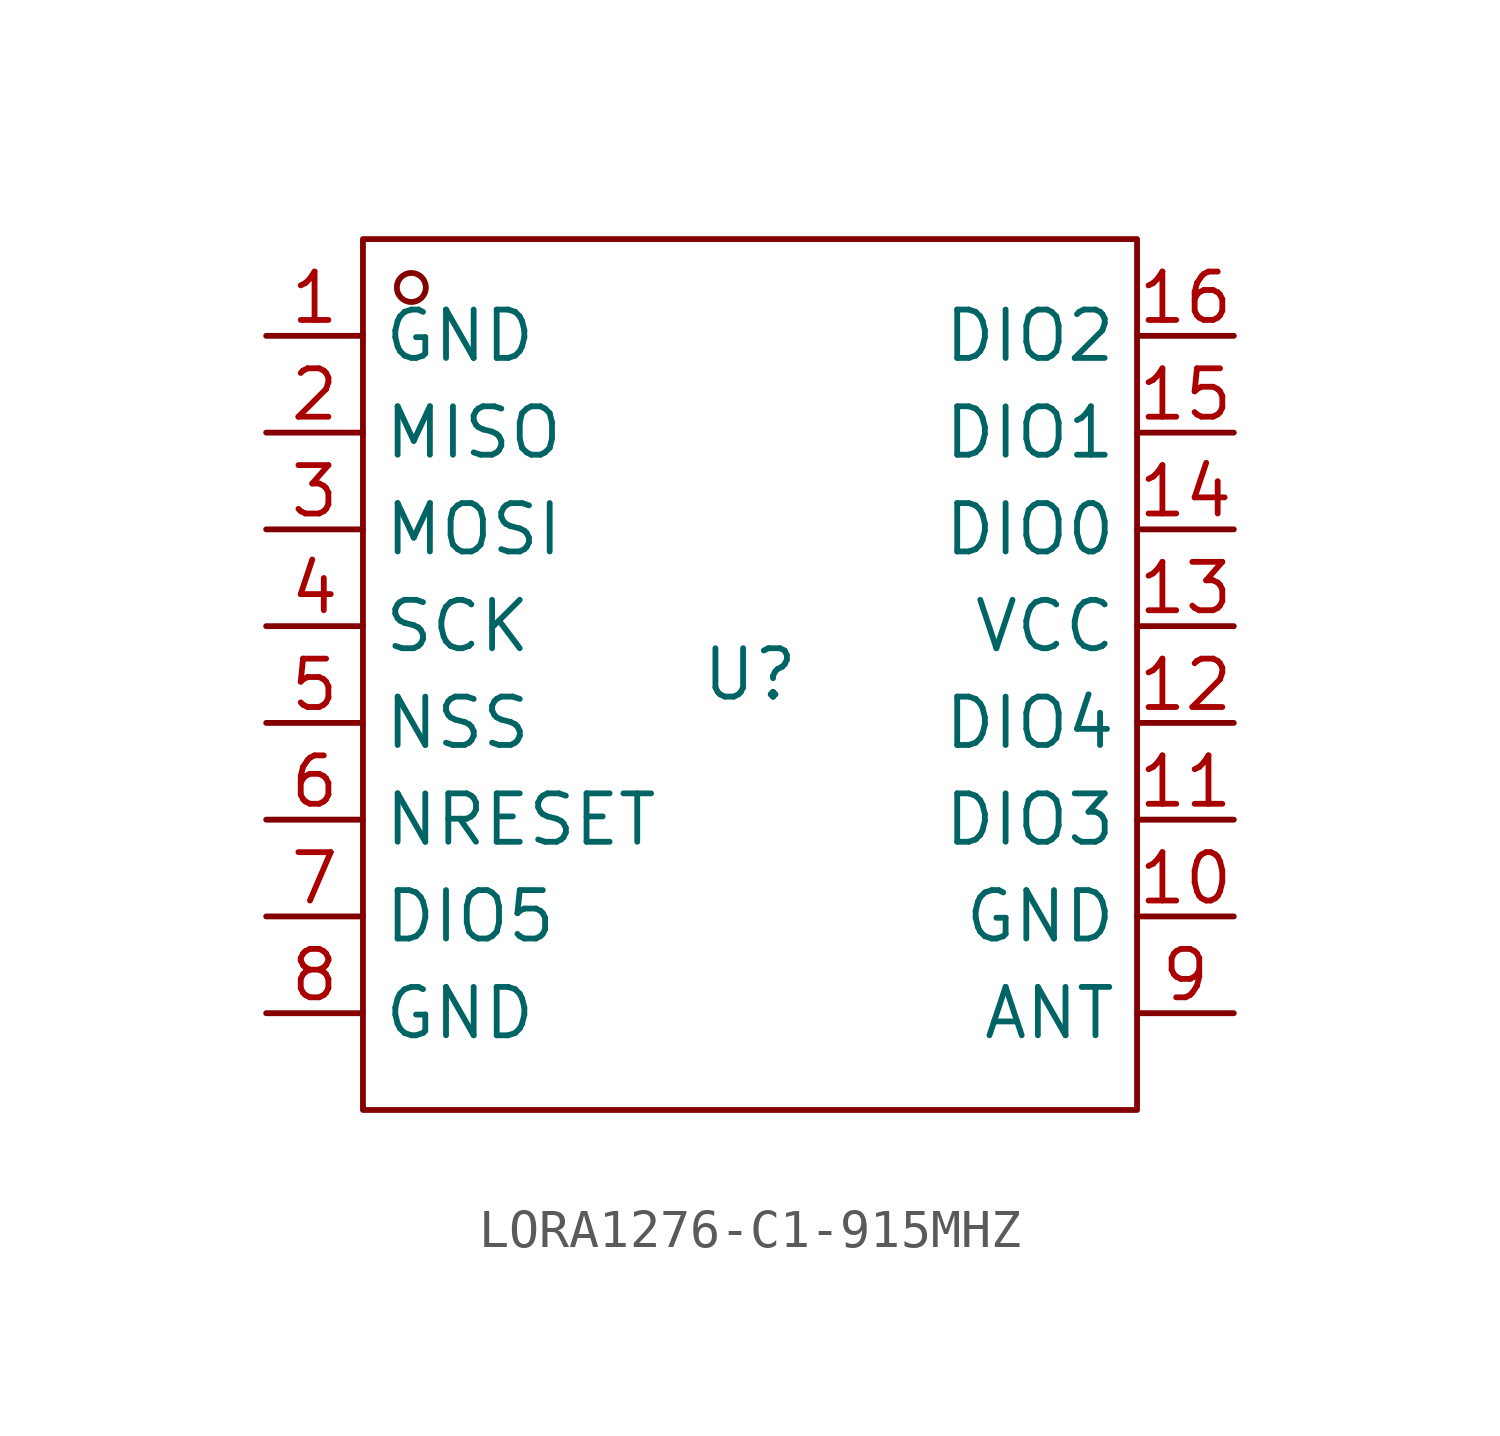
<source format=kicad_sym>
(kicad_symbol_lib
  (version 20241209)
  (generator "kicad_symbol_editor")
  (generator_version "9.0")
  (symbol "LORA1276-C1-915MHZ"
    (property "Reference" "U"
      (at 0 0 0)
      (effects (font (size 1.27 1.27))))
    (symbol "LORA1276-C1-915MHZ_1_0"
      (rectangle (start -10.16 -11.43) (end 10.16 11.43) (stroke (width 0) (type default)) (fill (type none)))
      (circle (center -8.89 10.16) (radius 0.381) (stroke (width 0) (type default)) (fill (type none)))
      (pin unspecified line (at -12.7 8.89 0) (length 2.54) (name "GND" (effects (font (size 1.27 1.27)))) (number "1" (effects (font (size 1.27 1.27)))))
      (pin unspecified line (at -12.7 6.35 0) (length 2.54) (name "MISO" (effects (font (size 1.27 1.27)))) (number "2" (effects (font (size 1.27 1.27)))))
      (pin unspecified line (at -12.7 3.81 0) (length 2.54) (name "MOSI" (effects (font (size 1.27 1.27)))) (number "3" (effects (font (size 1.27 1.27)))))
      (pin unspecified line (at -12.7 1.27 0) (length 2.54) (name "SCK" (effects (font (size 1.27 1.27)))) (number "4" (effects (font (size 1.27 1.27)))))
      (pin unspecified line (at -12.7 -1.27 0) (length 2.54) (name "NSS" (effects (font (size 1.27 1.27)))) (number "5" (effects (font (size 1.27 1.27)))))
      (pin unspecified line (at -12.7 -3.81 0) (length 2.54) (name "NRESET" (effects (font (size 1.27 1.27)))) (number "6" (effects (font (size 1.27 1.27)))))
      (pin unspecified line (at -12.7 -6.35 0) (length 2.54) (name "DIO5" (effects (font (size 1.27 1.27)))) (number "7" (effects (font (size 1.27 1.27)))))
      (pin unspecified line (at -12.7 -8.89 0) (length 2.54) (name "GND" (effects (font (size 1.27 1.27)))) (number "8" (effects (font (size 1.27 1.27)))))
      (pin unspecified line (at 12.7 8.89 180) (length 2.54) (name "DIO2" (effects (font (size 1.27 1.27)))) (number "16" (effects (font (size 1.27 1.27)))))
      (pin unspecified line (at 12.7 6.35 180) (length 2.54) (name "DIO1" (effects (font (size 1.27 1.27)))) (number "15" (effects (font (size 1.27 1.27)))))
      (pin unspecified line (at 12.7 3.81 180) (length 2.54) (name "DIO0" (effects (font (size 1.27 1.27)))) (number "14" (effects (font (size 1.27 1.27)))))
      (pin unspecified line (at 12.7 1.27 180) (length 2.54) (name "VCC" (effects (font (size 1.27 1.27)))) (number "13" (effects (font (size 1.27 1.27)))))
      (pin unspecified line (at 12.7 -1.27 180) (length 2.54) (name "DIO4" (effects (font (size 1.27 1.27)))) (number "12" (effects (font (size 1.27 1.27)))))
      (pin unspecified line (at 12.7 -3.81 180) (length 2.54) (name "DIO3" (effects (font (size 1.27 1.27)))) (number "11" (effects (font (size 1.27 1.27)))))
      (pin unspecified line (at 12.7 -6.35 180) (length 2.54) (name "GND" (effects (font (size 1.27 1.27)))) (number "10" (effects (font (size 1.27 1.27)))))
      (pin unspecified line (at 12.7 -8.89 180) (length 2.54) (name "ANT" (effects (font (size 1.27 1.27)))) (number "9" (effects (font (size 1.27 1.27))))))))
</source>
